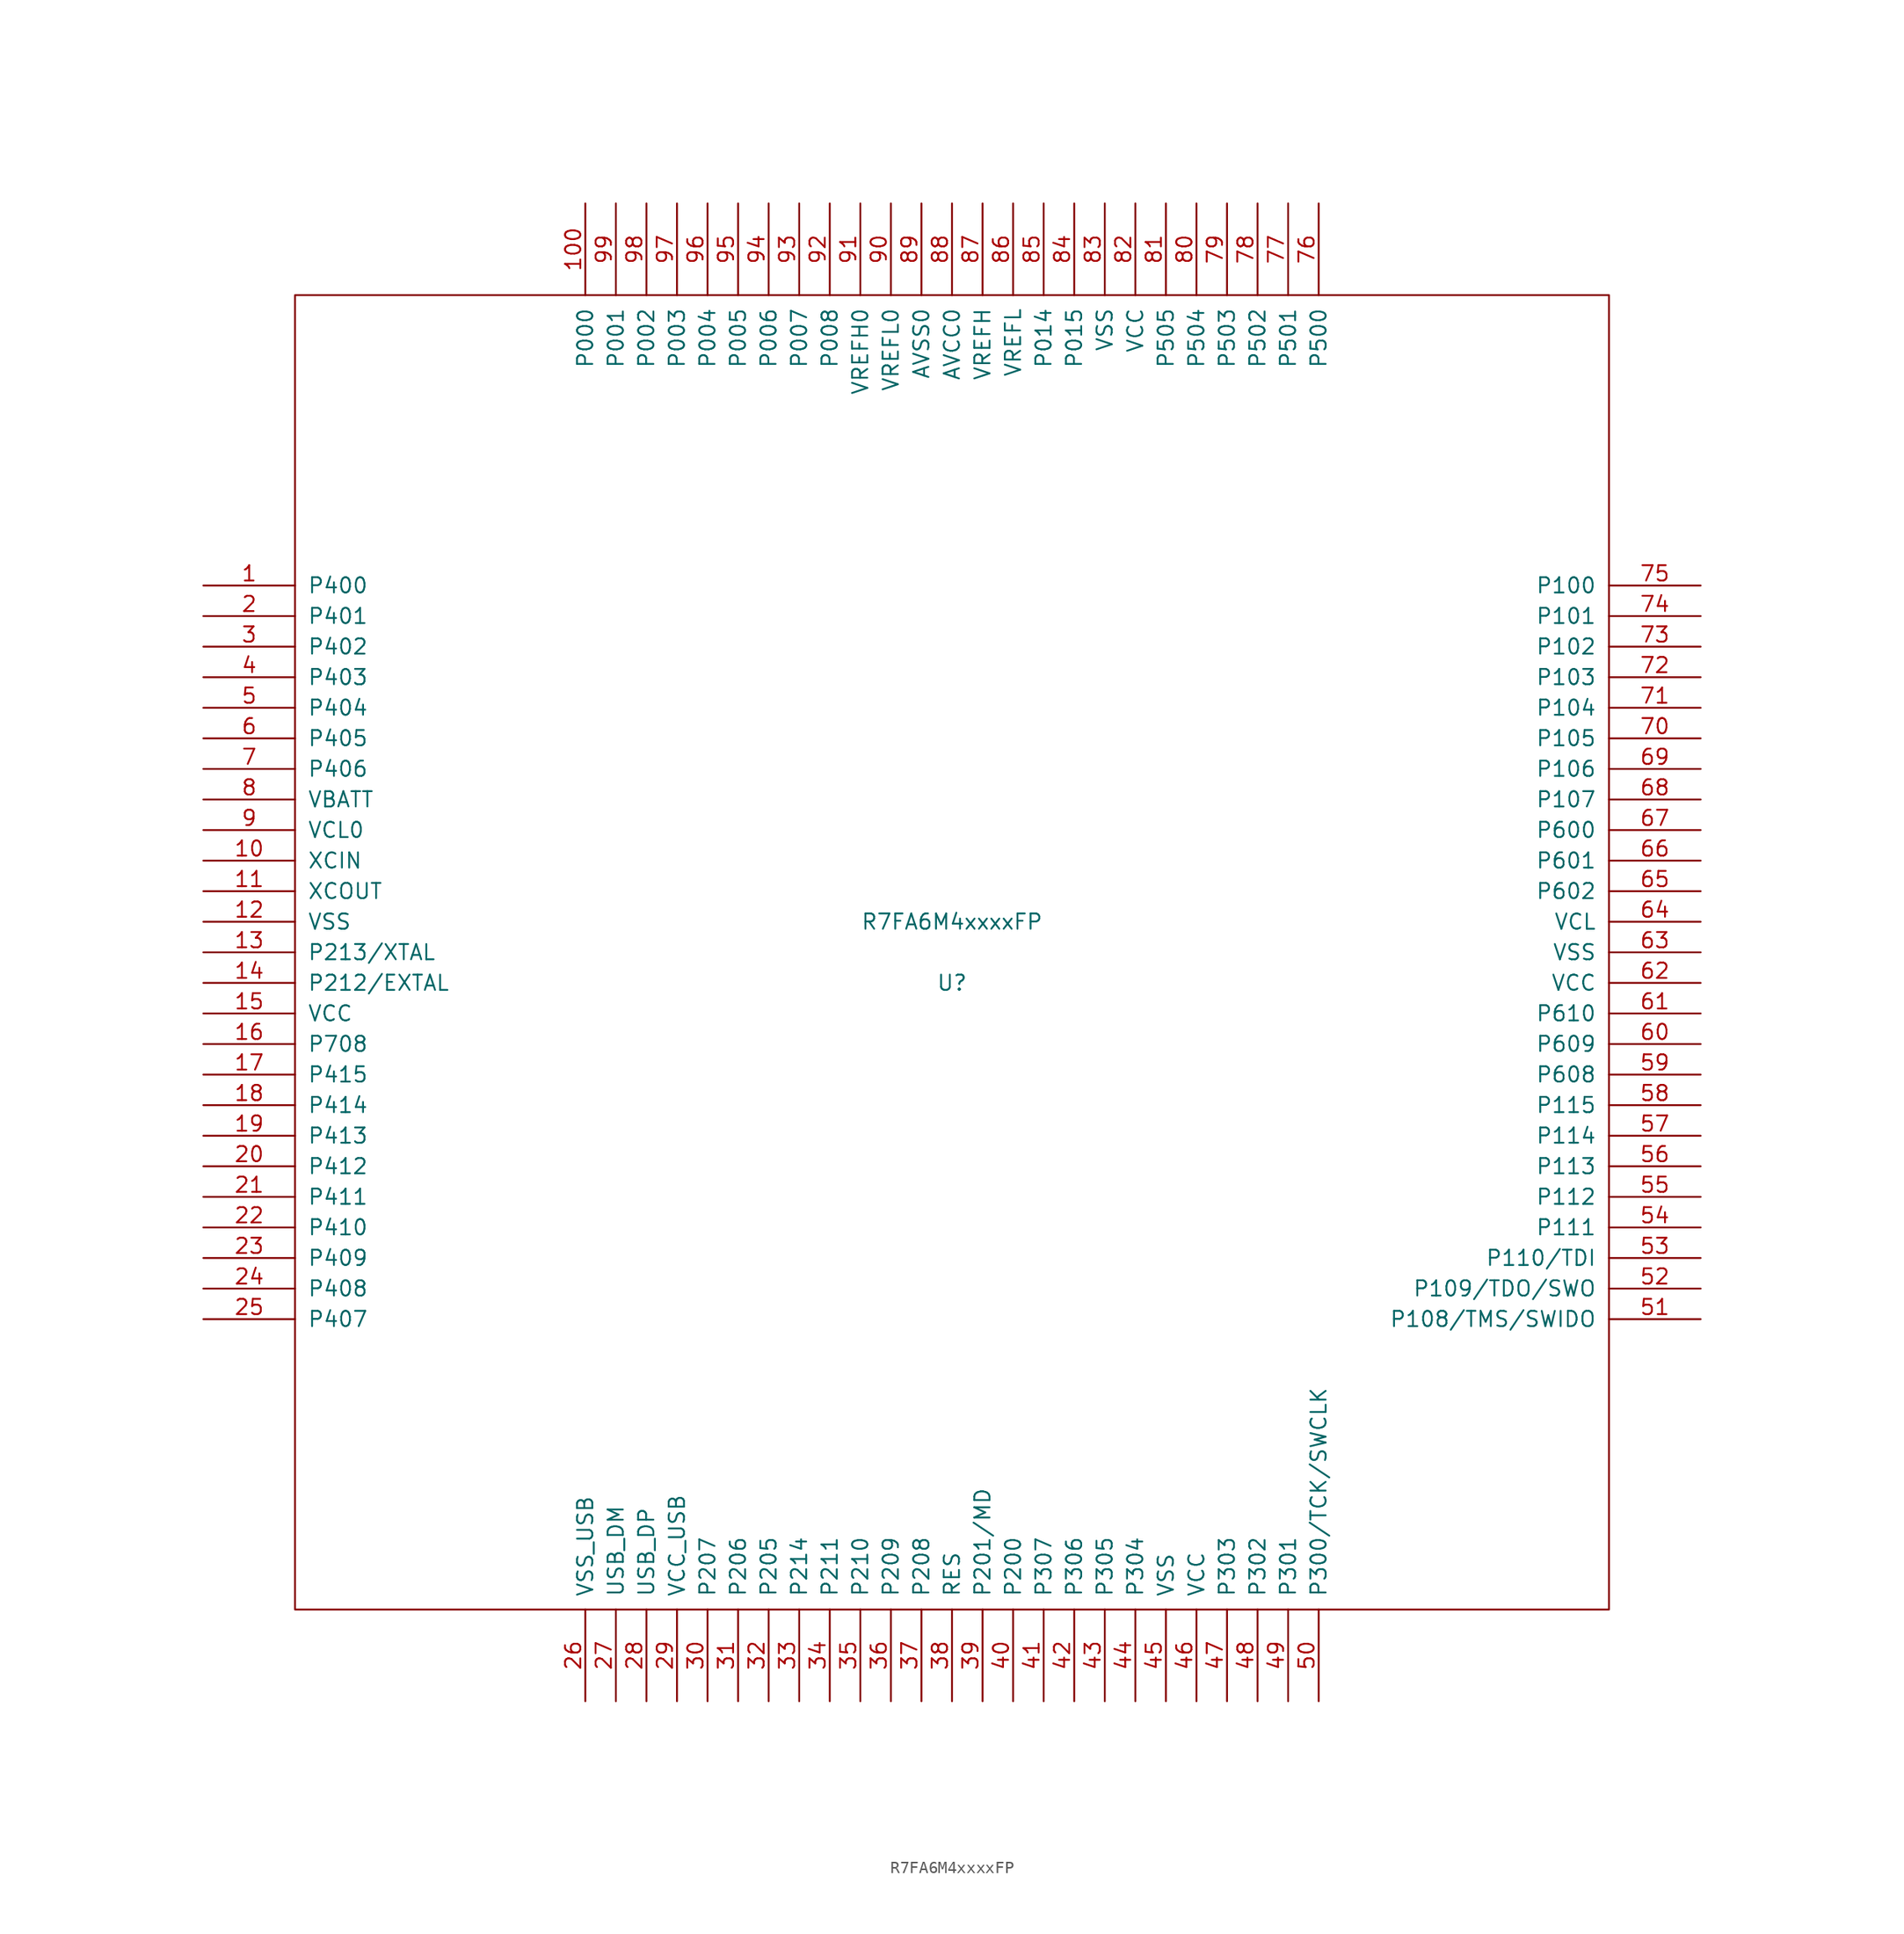
<source format=kicad_sym>
(kicad_symbol_lib
  (version 20211014)
  (generator kicad_symbol_editor)
  (symbol "R7FA6M4xxxxFP"
    (pin_names
      (offset 1.016))
    (property "Reference" "U"
      (at 0 -2.54 0)
      (effects (font (size 1.27 1.27))))
    (property "Value" "R7FA6M4xxxxFP"
      (at 0 2.54 0)
      (effects (font (size 1.27 1.27))))
    (symbol "R7FA6M4xxxxFP_1_0"
      (rectangle (start -54.61 -54.61) (end 54.61 54.61) (stroke (width 0) (type default) (color 0 0 0 0)) (fill (type none))))
    (symbol "R7FA6M4xxxxFP_1_1"
      (pin unspecified line (at -62.23 30.48 0) (length 7.62) (name "P400" (effects (font (size 1.27 1.27)))) (number "1" (effects (font (size 1.27 1.27)))))
      (pin unspecified line (at -62.23 7.62 0) (length 7.62) (name "XCIN" (effects (font (size 1.27 1.27)))) (number "10" (effects (font (size 1.27 1.27)))))
      (pin unspecified line (at -30.48 62.23 270) (length 7.62) (name "P000" (effects (font (size 1.27 1.27)))) (number "100" (effects (font (size 1.27 1.27)))))
      (pin unspecified line (at -62.23 5.08 0) (length 7.62) (name "XCOUT" (effects (font (size 1.27 1.27)))) (number "11" (effects (font (size 1.27 1.27)))))
      (pin unspecified line (at -62.23 2.54 0) (length 7.62) (name "VSS" (effects (font (size 1.27 1.27)))) (number "12" (effects (font (size 1.27 1.27)))))
      (pin unspecified line (at -62.23 0 0) (length 7.62) (name "P213/XTAL" (effects (font (size 1.27 1.27)))) (number "13" (effects (font (size 1.27 1.27)))))
      (pin unspecified line (at -62.23 -2.54 0) (length 7.62) (name "P212/EXTAL" (effects (font (size 1.27 1.27)))) (number "14" (effects (font (size 1.27 1.27)))))
      (pin unspecified line (at -62.23 -5.08 0) (length 7.62) (name "VCC" (effects (font (size 1.27 1.27)))) (number "15" (effects (font (size 1.27 1.27)))))
      (pin unspecified line (at -62.23 -7.62 0) (length 7.62) (name "P708" (effects (font (size 1.27 1.27)))) (number "16" (effects (font (size 1.27 1.27)))))
      (pin unspecified line (at -62.23 -10.16 0) (length 7.62) (name "P415" (effects (font (size 1.27 1.27)))) (number "17" (effects (font (size 1.27 1.27)))))
      (pin unspecified line (at -62.23 -12.7 0) (length 7.62) (name "P414" (effects (font (size 1.27 1.27)))) (number "18" (effects (font (size 1.27 1.27)))))
      (pin unspecified line (at -62.23 -15.24 0) (length 7.62) (name "P413" (effects (font (size 1.27 1.27)))) (number "19" (effects (font (size 1.27 1.27)))))
      (pin unspecified line (at -62.23 27.94 0) (length 7.62) (name "P401" (effects (font (size 1.27 1.27)))) (number "2" (effects (font (size 1.27 1.27)))))
      (pin unspecified line (at -62.23 -17.78 0) (length 7.62) (name "P412" (effects (font (size 1.27 1.27)))) (number "20" (effects (font (size 1.27 1.27)))))
      (pin unspecified line (at -62.23 -20.32 0) (length 7.62) (name "P411" (effects (font (size 1.27 1.27)))) (number "21" (effects (font (size 1.27 1.27)))))
      (pin unspecified line (at -62.23 -22.86 0) (length 7.62) (name "P410" (effects (font (size 1.27 1.27)))) (number "22" (effects (font (size 1.27 1.27)))))
      (pin unspecified line (at -62.23 -25.4 0) (length 7.62) (name "P409" (effects (font (size 1.27 1.27)))) (number "23" (effects (font (size 1.27 1.27)))))
      (pin unspecified line (at -62.23 -27.94 0) (length 7.62) (name "P408" (effects (font (size 1.27 1.27)))) (number "24" (effects (font (size 1.27 1.27)))))
      (pin unspecified line (at -62.23 -30.48 0) (length 7.62) (name "P407" (effects (font (size 1.27 1.27)))) (number "25" (effects (font (size 1.27 1.27)))))
      (pin unspecified line (at -30.48 -62.23 90) (length 7.62) (name "VSS_USB" (effects (font (size 1.27 1.27)))) (number "26" (effects (font (size 1.27 1.27)))))
      (pin unspecified line (at -27.94 -62.23 90) (length 7.62) (name "USB_DM" (effects (font (size 1.27 1.27)))) (number "27" (effects (font (size 1.27 1.27)))))
      (pin unspecified line (at -25.4 -62.23 90) (length 7.62) (name "USB_DP" (effects (font (size 1.27 1.27)))) (number "28" (effects (font (size 1.27 1.27)))))
      (pin unspecified line (at -22.86 -62.23 90) (length 7.62) (name "VCC_USB" (effects (font (size 1.27 1.27)))) (number "29" (effects (font (size 1.27 1.27)))))
      (pin unspecified line (at -62.23 25.4 0) (length 7.62) (name "P402" (effects (font (size 1.27 1.27)))) (number "3" (effects (font (size 1.27 1.27)))))
      (pin unspecified line (at -20.32 -62.23 90) (length 7.62) (name "P207" (effects (font (size 1.27 1.27)))) (number "30" (effects (font (size 1.27 1.27)))))
      (pin unspecified line (at -17.78 -62.23 90) (length 7.62) (name "P206" (effects (font (size 1.27 1.27)))) (number "31" (effects (font (size 1.27 1.27)))))
      (pin unspecified line (at -15.24 -62.23 90) (length 7.62) (name "P205" (effects (font (size 1.27 1.27)))) (number "32" (effects (font (size 1.27 1.27)))))
      (pin unspecified line (at -12.7 -62.23 90) (length 7.62) (name "P214" (effects (font (size 1.27 1.27)))) (number "33" (effects (font (size 1.27 1.27)))))
      (pin unspecified line (at -10.16 -62.23 90) (length 7.62) (name "P211" (effects (font (size 1.27 1.27)))) (number "34" (effects (font (size 1.27 1.27)))))
      (pin unspecified line (at -7.62 -62.23 90) (length 7.62) (name "P210" (effects (font (size 1.27 1.27)))) (number "35" (effects (font (size 1.27 1.27)))))
      (pin unspecified line (at -5.08 -62.23 90) (length 7.62) (name "P209" (effects (font (size 1.27 1.27)))) (number "36" (effects (font (size 1.27 1.27)))))
      (pin unspecified line (at -2.54 -62.23 90) (length 7.62) (name "P208" (effects (font (size 1.27 1.27)))) (number "37" (effects (font (size 1.27 1.27)))))
      (pin unspecified line (at 0 -62.23 90) (length 7.62) (name "RES" (effects (font (size 1.27 1.27)))) (number "38" (effects (font (size 1.27 1.27)))))
      (pin unspecified line (at 2.54 -62.23 90) (length 7.62) (name "P201/MD" (effects (font (size 1.27 1.27)))) (number "39" (effects (font (size 1.27 1.27)))))
      (pin unspecified line (at -62.23 22.86 0) (length 7.62) (name "P403" (effects (font (size 1.27 1.27)))) (number "4" (effects (font (size 1.27 1.27)))))
      (pin unspecified line (at 5.08 -62.23 90) (length 7.62) (name "P200" (effects (font (size 1.27 1.27)))) (number "40" (effects (font (size 1.27 1.27)))))
      (pin unspecified line (at 7.62 -62.23 90) (length 7.62) (name "P307" (effects (font (size 1.27 1.27)))) (number "41" (effects (font (size 1.27 1.27)))))
      (pin unspecified line (at 10.16 -62.23 90) (length 7.62) (name "P306" (effects (font (size 1.27 1.27)))) (number "42" (effects (font (size 1.27 1.27)))))
      (pin unspecified line (at 12.7 -62.23 90) (length 7.62) (name "P305" (effects (font (size 1.27 1.27)))) (number "43" (effects (font (size 1.27 1.27)))))
      (pin unspecified line (at 15.24 -62.23 90) (length 7.62) (name "P304" (effects (font (size 1.27 1.27)))) (number "44" (effects (font (size 1.27 1.27)))))
      (pin unspecified line (at 17.78 -62.23 90) (length 7.62) (name "VSS" (effects (font (size 1.27 1.27)))) (number "45" (effects (font (size 1.27 1.27)))))
      (pin unspecified line (at 20.32 -62.23 90) (length 7.62) (name "VCC" (effects (font (size 1.27 1.27)))) (number "46" (effects (font (size 1.27 1.27)))))
      (pin unspecified line (at 22.86 -62.23 90) (length 7.62) (name "P303" (effects (font (size 1.27 1.27)))) (number "47" (effects (font (size 1.27 1.27)))))
      (pin unspecified line (at 25.4 -62.23 90) (length 7.62) (name "P302" (effects (font (size 1.27 1.27)))) (number "48" (effects (font (size 1.27 1.27)))))
      (pin unspecified line (at 27.94 -62.23 90) (length 7.62) (name "P301" (effects (font (size 1.27 1.27)))) (number "49" (effects (font (size 1.27 1.27)))))
      (pin unspecified line (at -62.23 20.32 0) (length 7.62) (name "P404" (effects (font (size 1.27 1.27)))) (number "5" (effects (font (size 1.27 1.27)))))
      (pin unspecified line (at 30.48 -62.23 90) (length 7.62) (name "P300/TCK/SWCLK" (effects (font (size 1.27 1.27)))) (number "50" (effects (font (size 1.27 1.27)))))
      (pin unspecified line (at 62.23 -30.48 180) (length 7.62) (name "P108/TMS/SWIDO" (effects (font (size 1.27 1.27)))) (number "51" (effects (font (size 1.27 1.27)))))
      (pin unspecified line (at 62.23 -27.94 180) (length 7.62) (name "P109/TDO/SWO" (effects (font (size 1.27 1.27)))) (number "52" (effects (font (size 1.27 1.27)))))
      (pin unspecified line (at 62.23 -25.4 180) (length 7.62) (name "P110/TDI" (effects (font (size 1.27 1.27)))) (number "53" (effects (font (size 1.27 1.27)))))
      (pin unspecified line (at 62.23 -22.86 180) (length 7.62) (name "P111" (effects (font (size 1.27 1.27)))) (number "54" (effects (font (size 1.27 1.27)))))
      (pin unspecified line (at 62.23 -20.32 180) (length 7.62) (name "P112" (effects (font (size 1.27 1.27)))) (number "55" (effects (font (size 1.27 1.27)))))
      (pin unspecified line (at 62.23 -17.78 180) (length 7.62) (name "P113" (effects (font (size 1.27 1.27)))) (number "56" (effects (font (size 1.27 1.27)))))
      (pin unspecified line (at 62.23 -15.24 180) (length 7.62) (name "P114" (effects (font (size 1.27 1.27)))) (number "57" (effects (font (size 1.27 1.27)))))
      (pin unspecified line (at 62.23 -12.7 180) (length 7.62) (name "P115" (effects (font (size 1.27 1.27)))) (number "58" (effects (font (size 1.27 1.27)))))
      (pin unspecified line (at 62.23 -10.16 180) (length 7.62) (name "P608" (effects (font (size 1.27 1.27)))) (number "59" (effects (font (size 1.27 1.27)))))
      (pin unspecified line (at -62.23 17.78 0) (length 7.62) (name "P405" (effects (font (size 1.27 1.27)))) (number "6" (effects (font (size 1.27 1.27)))))
      (pin unspecified line (at 62.23 -7.62 180) (length 7.62) (name "P609" (effects (font (size 1.27 1.27)))) (number "60" (effects (font (size 1.27 1.27)))))
      (pin unspecified line (at 62.23 -5.08 180) (length 7.62) (name "P610" (effects (font (size 1.27 1.27)))) (number "61" (effects (font (size 1.27 1.27)))))
      (pin unspecified line (at 62.23 -2.54 180) (length 7.62) (name "VCC" (effects (font (size 1.27 1.27)))) (number "62" (effects (font (size 1.27 1.27)))))
      (pin unspecified line (at 62.23 0 180) (length 7.62) (name "VSS" (effects (font (size 1.27 1.27)))) (number "63" (effects (font (size 1.27 1.27)))))
      (pin unspecified line (at 62.23 2.54 180) (length 7.62) (name "VCL" (effects (font (size 1.27 1.27)))) (number "64" (effects (font (size 1.27 1.27)))))
      (pin unspecified line (at 62.23 5.08 180) (length 7.62) (name "P602" (effects (font (size 1.27 1.27)))) (number "65" (effects (font (size 1.27 1.27)))))
      (pin unspecified line (at 62.23 7.62 180) (length 7.62) (name "P601" (effects (font (size 1.27 1.27)))) (number "66" (effects (font (size 1.27 1.27)))))
      (pin unspecified line (at 62.23 10.16 180) (length 7.62) (name "P600" (effects (font (size 1.27 1.27)))) (number "67" (effects (font (size 1.27 1.27)))))
      (pin unspecified line (at 62.23 12.7 180) (length 7.62) (name "P107" (effects (font (size 1.27 1.27)))) (number "68" (effects (font (size 1.27 1.27)))))
      (pin unspecified line (at 62.23 15.24 180) (length 7.62) (name "P106" (effects (font (size 1.27 1.27)))) (number "69" (effects (font (size 1.27 1.27)))))
      (pin unspecified line (at -62.23 15.24 0) (length 7.62) (name "P406" (effects (font (size 1.27 1.27)))) (number "7" (effects (font (size 1.27 1.27)))))
      (pin unspecified line (at 62.23 17.78 180) (length 7.62) (name "P105" (effects (font (size 1.27 1.27)))) (number "70" (effects (font (size 1.27 1.27)))))
      (pin unspecified line (at 62.23 20.32 180) (length 7.62) (name "P104" (effects (font (size 1.27 1.27)))) (number "71" (effects (font (size 1.27 1.27)))))
      (pin unspecified line (at 62.23 22.86 180) (length 7.62) (name "P103" (effects (font (size 1.27 1.27)))) (number "72" (effects (font (size 1.27 1.27)))))
      (pin unspecified line (at 62.23 25.4 180) (length 7.62) (name "P102" (effects (font (size 1.27 1.27)))) (number "73" (effects (font (size 1.27 1.27)))))
      (pin unspecified line (at 62.23 27.94 180) (length 7.62) (name "P101" (effects (font (size 1.27 1.27)))) (number "74" (effects (font (size 1.27 1.27)))))
      (pin unspecified line (at 62.23 30.48 180) (length 7.62) (name "P100" (effects (font (size 1.27 1.27)))) (number "75" (effects (font (size 1.27 1.27)))))
      (pin unspecified line (at 30.48 62.23 270) (length 7.62) (name "P500" (effects (font (size 1.27 1.27)))) (number "76" (effects (font (size 1.27 1.27)))))
      (pin unspecified line (at 27.94 62.23 270) (length 7.62) (name "P501" (effects (font (size 1.27 1.27)))) (number "77" (effects (font (size 1.27 1.27)))))
      (pin unspecified line (at 25.4 62.23 270) (length 7.62) (name "P502" (effects (font (size 1.27 1.27)))) (number "78" (effects (font (size 1.27 1.27)))))
      (pin unspecified line (at 22.86 62.23 270) (length 7.62) (name "P503" (effects (font (size 1.27 1.27)))) (number "79" (effects (font (size 1.27 1.27)))))
      (pin unspecified line (at -62.23 12.7 0) (length 7.62) (name "VBATT" (effects (font (size 1.27 1.27)))) (number "8" (effects (font (size 1.27 1.27)))))
      (pin unspecified line (at 20.32 62.23 270) (length 7.62) (name "P504" (effects (font (size 1.27 1.27)))) (number "80" (effects (font (size 1.27 1.27)))))
      (pin unspecified line (at 17.78 62.23 270) (length 7.62) (name "P505" (effects (font (size 1.27 1.27)))) (number "81" (effects (font (size 1.27 1.27)))))
      (pin unspecified line (at 15.24 62.23 270) (length 7.62) (name "VCC" (effects (font (size 1.27 1.27)))) (number "82" (effects (font (size 1.27 1.27)))))
      (pin unspecified line (at 12.7 62.23 270) (length 7.62) (name "VSS" (effects (font (size 1.27 1.27)))) (number "83" (effects (font (size 1.27 1.27)))))
      (pin unspecified line (at 10.16 62.23 270) (length 7.62) (name "P015" (effects (font (size 1.27 1.27)))) (number "84" (effects (font (size 1.27 1.27)))))
      (pin unspecified line (at 7.62 62.23 270) (length 7.62) (name "P014" (effects (font (size 1.27 1.27)))) (number "85" (effects (font (size 1.27 1.27)))))
      (pin unspecified line (at 5.08 62.23 270) (length 7.62) (name "VREFL" (effects (font (size 1.27 1.27)))) (number "86" (effects (font (size 1.27 1.27)))))
      (pin unspecified line (at 2.54 62.23 270) (length 7.62) (name "VREFH" (effects (font (size 1.27 1.27)))) (number "87" (effects (font (size 1.27 1.27)))))
      (pin unspecified line (at 0 62.23 270) (length 7.62) (name "AVCC0" (effects (font (size 1.27 1.27)))) (number "88" (effects (font (size 1.27 1.27)))))
      (pin unspecified line (at -2.54 62.23 270) (length 7.62) (name "AVSS0" (effects (font (size 1.27 1.27)))) (number "89" (effects (font (size 1.27 1.27)))))
      (pin unspecified line (at -62.23 10.16 0) (length 7.62) (name "VCL0" (effects (font (size 1.27 1.27)))) (number "9" (effects (font (size 1.27 1.27)))))
      (pin unspecified line (at -5.08 62.23 270) (length 7.62) (name "VREFL0" (effects (font (size 1.27 1.27)))) (number "90" (effects (font (size 1.27 1.27)))))
      (pin unspecified line (at -7.62 62.23 270) (length 7.62) (name "VREFH0" (effects (font (size 1.27 1.27)))) (number "91" (effects (font (size 1.27 1.27)))))
      (pin unspecified line (at -10.16 62.23 270) (length 7.62) (name "P008" (effects (font (size 1.27 1.27)))) (number "92" (effects (font (size 1.27 1.27)))))
      (pin unspecified line (at -12.7 62.23 270) (length 7.62) (name "P007" (effects (font (size 1.27 1.27)))) (number "93" (effects (font (size 1.27 1.27)))))
      (pin unspecified line (at -15.24 62.23 270) (length 7.62) (name "P006" (effects (font (size 1.27 1.27)))) (number "94" (effects (font (size 1.27 1.27)))))
      (pin unspecified line (at -17.78 62.23 270) (length 7.62) (name "P005" (effects (font (size 1.27 1.27)))) (number "95" (effects (font (size 1.27 1.27)))))
      (pin unspecified line (at -20.32 62.23 270) (length 7.62) (name "P004" (effects (font (size 1.27 1.27)))) (number "96" (effects (font (size 1.27 1.27)))))
      (pin unspecified line (at -22.86 62.23 270) (length 7.62) (name "P003" (effects (font (size 1.27 1.27)))) (number "97" (effects (font (size 1.27 1.27)))))
      (pin unspecified line (at -25.4 62.23 270) (length 7.62) (name "P002" (effects (font (size 1.27 1.27)))) (number "98" (effects (font (size 1.27 1.27)))))
      (pin unspecified line (at -27.94 62.23 270) (length 7.62) (name "P001" (effects (font (size 1.27 1.27)))) (number "99" (effects (font (size 1.27 1.27))))))))
</source>
